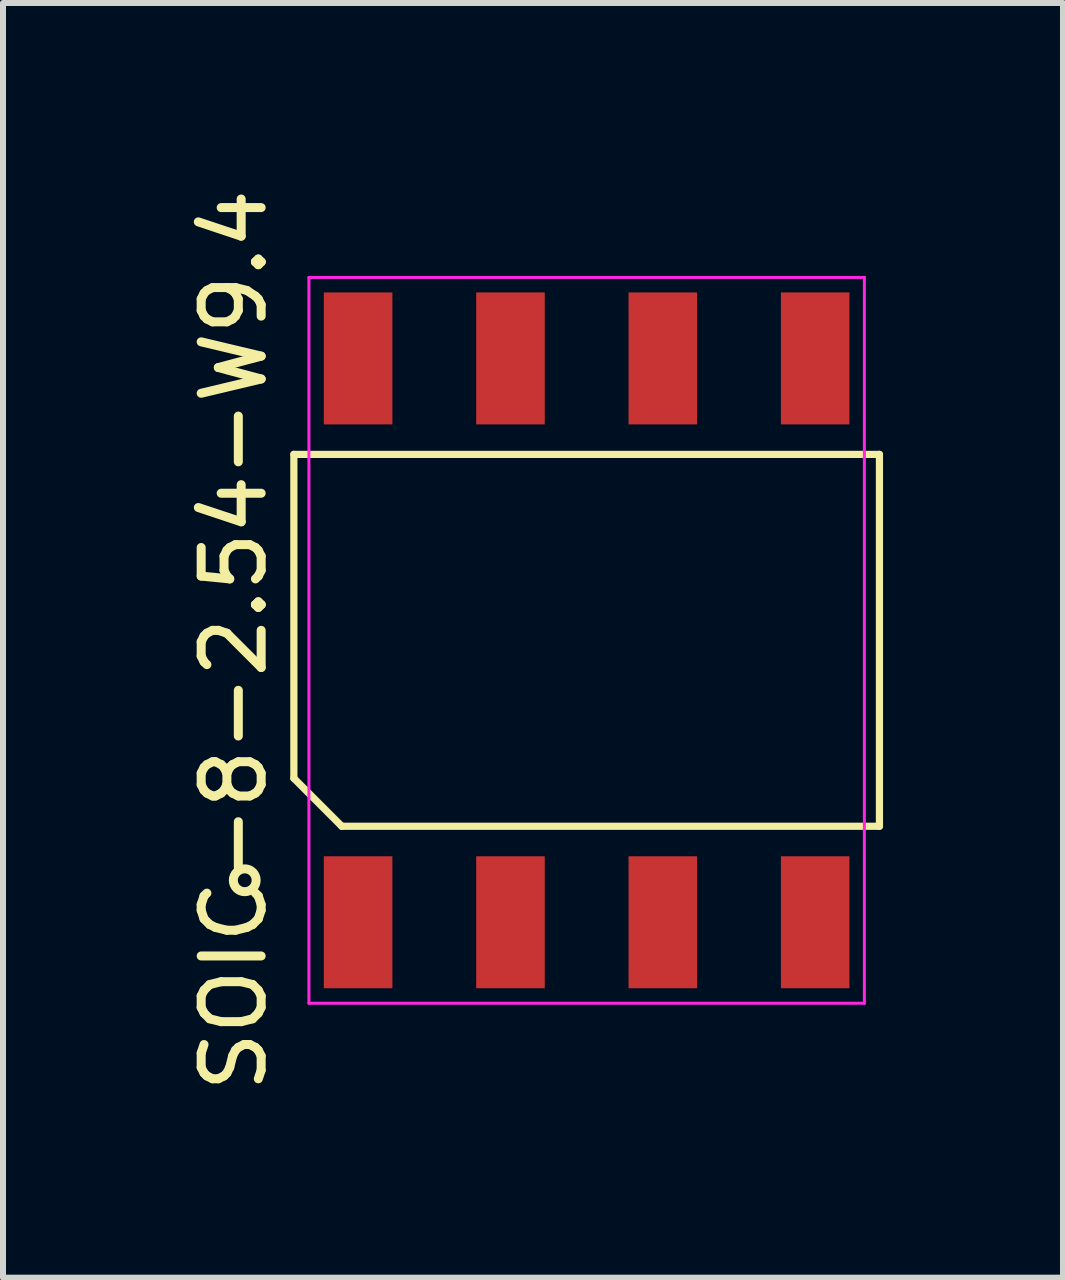
<source format=kicad_pcb>
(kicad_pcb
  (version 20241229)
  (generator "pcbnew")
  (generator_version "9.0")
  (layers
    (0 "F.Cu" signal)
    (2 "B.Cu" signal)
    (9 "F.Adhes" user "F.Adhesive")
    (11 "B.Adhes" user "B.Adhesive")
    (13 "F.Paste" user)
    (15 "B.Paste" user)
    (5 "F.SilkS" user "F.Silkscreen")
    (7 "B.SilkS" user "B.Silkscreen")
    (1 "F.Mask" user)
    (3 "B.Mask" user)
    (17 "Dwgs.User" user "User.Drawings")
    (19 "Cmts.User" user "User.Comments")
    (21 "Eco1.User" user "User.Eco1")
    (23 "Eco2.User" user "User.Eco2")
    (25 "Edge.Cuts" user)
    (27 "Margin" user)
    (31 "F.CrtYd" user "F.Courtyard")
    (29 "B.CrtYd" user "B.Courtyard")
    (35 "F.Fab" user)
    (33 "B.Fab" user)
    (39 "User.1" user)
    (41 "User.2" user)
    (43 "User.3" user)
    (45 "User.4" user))
  (footprint "SOIC-8-2.54-W9.4"
    (layer "F.Cu")
    (at 6.73 7.625)
    (property "Reference" "SOIC-8-2.54-W9.4" (at -5.881 0 90) (layer "F.SilkS") (effects (font (size 1 1) (thickness 0.15))))
    (attr smd)
    (fp_line (start -4.881 -3.1) (end 4.881 -3.1) (stroke (width 0.12) (type solid)) (layer "F.SilkS"))
    (fp_line (start -4.881 2.3) (end -4.881 -3.1) (stroke (width 0.12) (type solid)) (layer "F.SilkS"))
    (fp_line (start -4.082 3.1) (end -4.881 2.3) (stroke (width 0.12) (type solid)) (layer "F.SilkS"))
    (fp_line (start 4.881 -3.1) (end 4.881 3.1) (stroke (width 0.12) (type solid)) (layer "F.SilkS"))
    (fp_line (start 4.881 3.1) (end -4.082 3.1) (stroke (width 0.12) (type solid)) (layer "F.SilkS"))
    (fp_circle (center -5.7 4) (end -5.51 4.01) (stroke (width 0.15) (type solid)) (fill no) (layer "F.SilkS"))
    (fp_line (start -4.63 -6.05) (end 4.63 -6.05) (stroke (width 0.05) (type solid)) (layer "F.CrtYd"))
    (fp_line (start -4.63 6.05) (end -4.63 -6.05) (stroke (width 0.05) (type solid)) (layer "F.CrtYd"))
    (fp_line (start 4.63 -6.05) (end 4.63 6.05) (stroke (width 0.05) (type solid)) (layer "F.CrtYd"))
    (fp_line (start 4.63 6.05) (end -4.63 6.05) (stroke (width 0.05) (type solid)) (layer "F.CrtYd"))
    (pad "1" smd rect (at -3.81 4.7) (size 1.143 2.2) (layers "F.Cu" "F.Mask" "F.Paste"))
    (pad "2" smd rect (at -1.27 4.7) (size 1.143 2.2) (layers "F.Cu" "F.Mask" "F.Paste"))
    (pad "3" smd rect (at 1.27 4.7) (size 1.143 2.2) (layers "F.Cu" "F.Mask" "F.Paste"))
    (pad "4" smd rect (at 3.81 4.7) (size 1.143 2.2) (layers "F.Cu" "F.Mask" "F.Paste"))
    (pad "5" smd rect (at 3.81 -4.7) (size 1.143 2.2) (layers "F.Cu" "F.Mask" "F.Paste"))
    (pad "6" smd rect (at 1.27 -4.7) (size 1.143 2.2) (layers "F.Cu" "F.Mask" "F.Paste"))
    (pad "7" smd rect (at -1.27 -4.7) (size 1.143 2.2) (layers "F.Cu" "F.Mask" "F.Paste"))
    (pad "8" smd rect (at -3.81 -4.7) (size 1.143 2.2) (layers "F.Cu" "F.Mask" "F.Paste")))
  (gr_rect
    (start -3 -3)
    (end 14.671 18.25)
    (stroke (width 0.1) (type default))
    (fill no)
    (layer "Edge.Cuts")))
</source>
